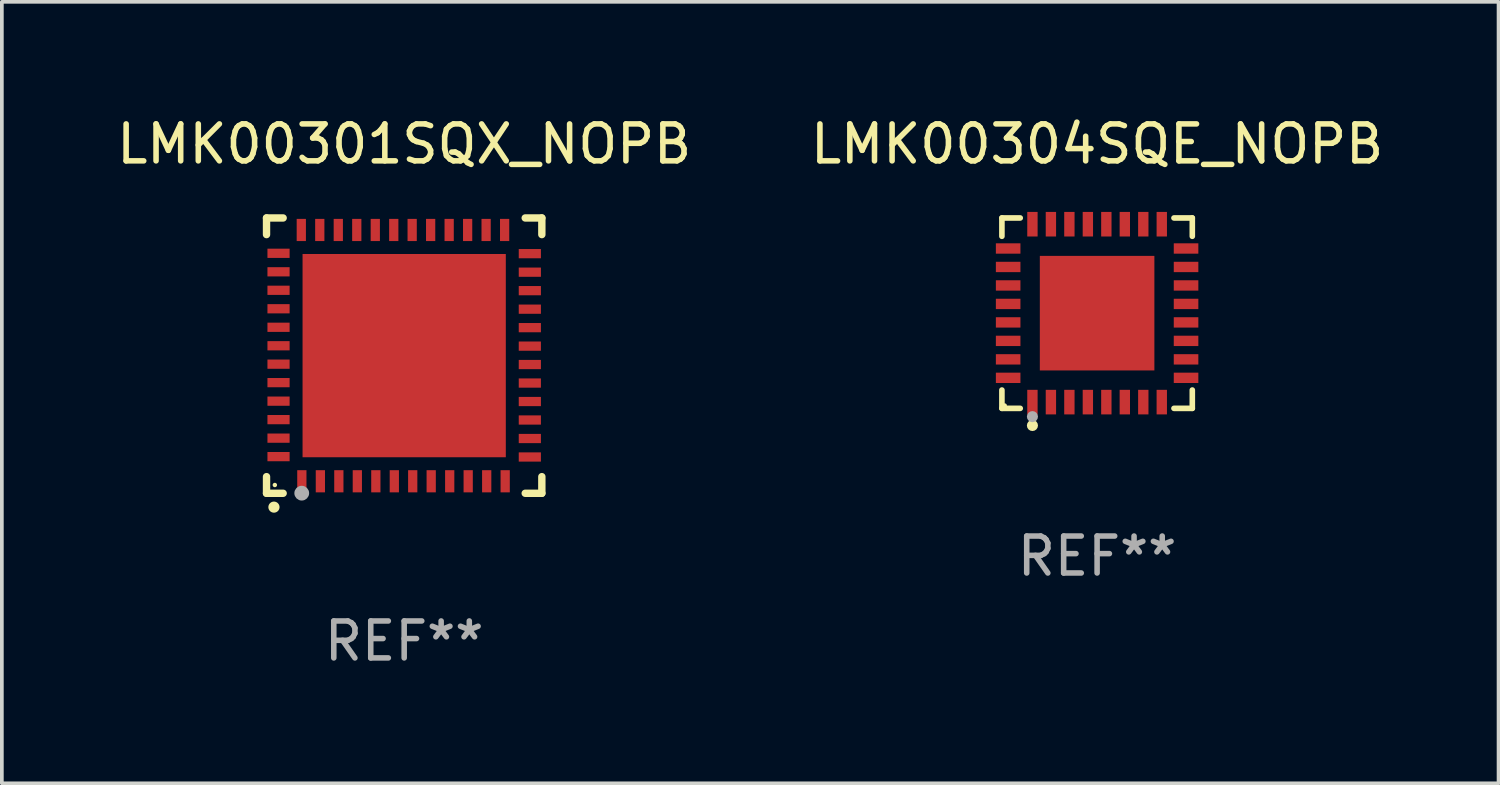
<source format=kicad_pcb>
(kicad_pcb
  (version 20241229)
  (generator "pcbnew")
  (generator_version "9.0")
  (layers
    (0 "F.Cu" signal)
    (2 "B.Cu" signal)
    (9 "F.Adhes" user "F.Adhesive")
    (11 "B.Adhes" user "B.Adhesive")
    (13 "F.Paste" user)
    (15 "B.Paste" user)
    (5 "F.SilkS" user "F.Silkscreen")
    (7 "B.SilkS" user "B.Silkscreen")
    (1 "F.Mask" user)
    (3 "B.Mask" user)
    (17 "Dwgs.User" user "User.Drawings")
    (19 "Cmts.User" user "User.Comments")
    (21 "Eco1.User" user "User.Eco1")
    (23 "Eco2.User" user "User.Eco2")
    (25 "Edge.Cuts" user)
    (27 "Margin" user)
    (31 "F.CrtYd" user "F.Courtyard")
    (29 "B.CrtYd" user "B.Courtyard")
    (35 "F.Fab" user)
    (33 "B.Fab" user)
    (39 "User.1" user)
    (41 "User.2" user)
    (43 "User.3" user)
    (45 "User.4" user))
  (footprint "LMK00301SQX_NOPB"
    (layer "F.Cu")
    (at 7.887 6.573)
    (property "Reference" "LMK00301SQX_NOPB" (at 0 -5.725 0) (layer "F.SilkS") (effects (font (size 1 1) (thickness 0.15))))
    (attr through_hole)
    (fp_line (start -3.725 -3.725) (end -3.275 -3.725) (stroke (width 0.2) (type solid)) (layer "F.SilkS"))
    (fp_line (start -3.725 -3.275) (end -3.725 -3.725) (stroke (width 0.2) (type solid)) (layer "F.SilkS"))
    (fp_line (start -3.725 3.725) (end -3.725 3.275) (stroke (width 0.2) (type solid)) (layer "F.SilkS"))
    (fp_line (start -3.275 3.725) (end -3.725 3.725) (stroke (width 0.2) (type solid)) (layer "F.SilkS"))
    (fp_line (start 3.275 3.725) (end 3.725 3.725) (stroke (width 0.2) (type solid)) (layer "F.SilkS"))
    (fp_line (start 3.725 -3.725) (end 3.275 -3.725) (stroke (width 0.2) (type solid)) (layer "F.SilkS"))
    (fp_line (start 3.725 -3.275) (end 3.725 -3.725) (stroke (width 0.2) (type solid)) (layer "F.SilkS"))
    (fp_line (start 3.725 3.725) (end 3.725 3.275) (stroke (width 0.2) (type solid)) (layer "F.SilkS"))
    (fp_arc (start -3.525527 4.099568) (mid -3.524257 4.099563) (end -3.522987 4.099568) (stroke (width 0.3) (type solid)) (layer "F.SilkS"))
    (fp_circle (center -3.5 3.501) (end -3.47 3.501) (stroke (width 0.06) (type solid)) (fill no) (layer "F.SilkS"))
    (fp_circle (center -2.772 3.722) (end -2.672 3.722) (stroke (width 0.2) (type solid)) (fill no) (layer "F.Fab"))
    (fp_text user "REF**" (at 0 7.725 0) (layer "F.Fab") (effects (font (size 1 1) (thickness 0.15))))
    (pad "1" smd rect (at -2.769 3.4 180) (size 0.25 0.6) (layers "F.Cu" "F.Mask" "F.Paste"))
    (pad "2" smd rect (at -2.268 3.4 180) (size 0.25 0.6) (layers "F.Cu" "F.Mask" "F.Paste"))
    (pad "3" smd rect (at -1.768 3.4 180) (size 0.25 0.6) (layers "F.Cu" "F.Mask" "F.Paste"))
    (pad "4" smd rect (at -1.268 3.4 180) (size 0.25 0.6) (layers "F.Cu" "F.Mask" "F.Paste"))
    (pad "5" smd rect (at -0.767 3.4 180) (size 0.25 0.6) (layers "F.Cu" "F.Mask" "F.Paste"))
    (pad "6" smd rect (at -0.267 3.4 180) (size 0.25 0.6) (layers "F.Cu" "F.Mask" "F.Paste"))
    (pad "7" smd rect (at 0.231 3.4 180) (size 0.25 0.6) (layers "F.Cu" "F.Mask" "F.Paste"))
    (pad "8" smd rect (at 0.731 3.4 180) (size 0.25 0.6) (layers "F.Cu" "F.Mask" "F.Paste"))
    (pad "9" smd rect (at 1.232 3.4 180) (size 0.25 0.6) (layers "F.Cu" "F.Mask" "F.Paste"))
    (pad "10" smd rect (at 1.732 3.4 180) (size 0.25 0.6) (layers "F.Cu" "F.Mask" "F.Paste"))
    (pad "11" smd rect (at 2.233 3.4 180) (size 0.25 0.6) (layers "F.Cu" "F.Mask" "F.Paste"))
    (pad "12" smd rect (at 2.733 3.4 180) (size 0.25 0.6) (layers "F.Cu" "F.Mask" "F.Paste"))
    (pad "13" smd rect (at 3.4 2.743 90) (size 0.25 0.6) (layers "F.Cu" "F.Mask" "F.Paste"))
    (pad "14" smd rect (at 3.4 2.243 90) (size 0.25 0.6) (layers "F.Cu" "F.Mask" "F.Paste"))
    (pad "15" smd rect (at 3.4 1.742 90) (size 0.25 0.6) (layers "F.Cu" "F.Mask" "F.Paste"))
    (pad "16" smd rect (at 3.4 1.242 90) (size 0.25 0.6) (layers "F.Cu" "F.Mask" "F.Paste"))
    (pad "17" smd rect (at 3.4 0.742 90) (size 0.25 0.6) (layers "F.Cu" "F.Mask" "F.Paste"))
    (pad "18" smd rect (at 3.4 0.241 90) (size 0.25 0.6) (layers "F.Cu" "F.Mask" "F.Paste"))
    (pad "19" smd rect (at 3.4 -0.257 90) (size 0.25 0.6) (layers "F.Cu" "F.Mask" "F.Paste"))
    (pad "20" smd rect (at 3.4 -0.757 90) (size 0.25 0.6) (layers "F.Cu" "F.Mask" "F.Paste"))
    (pad "21" smd rect (at 3.4 -1.257 90) (size 0.25 0.6) (layers "F.Cu" "F.Mask" "F.Paste"))
    (pad "22" smd rect (at 3.4 -1.758 90) (size 0.25 0.6) (layers "F.Cu" "F.Mask" "F.Paste"))
    (pad "23" smd rect (at 3.4 -2.258 90) (size 0.25 0.6) (layers "F.Cu" "F.Mask" "F.Paste"))
    (pad "24" smd rect (at 3.4 -2.759 90) (size 0.25 0.6) (layers "F.Cu" "F.Mask" "F.Paste"))
    (pad "25" smd rect (at 2.718 -3.4 180) (size 0.25 0.6) (layers "F.Cu" "F.Mask" "F.Paste"))
    (pad "26" smd rect (at 2.217 -3.4 180) (size 0.25 0.6) (layers "F.Cu" "F.Mask" "F.Paste"))
    (pad "27" smd rect (at 1.717 -3.4 180) (size 0.25 0.6) (layers "F.Cu" "F.Mask" "F.Paste"))
    (pad "28" smd rect (at 1.217 -3.4 180) (size 0.25 0.6) (layers "F.Cu" "F.Mask" "F.Paste"))
    (pad "29" smd rect (at 0.716 -3.4 180) (size 0.25 0.6) (layers "F.Cu" "F.Mask" "F.Paste"))
    (pad "30" smd rect (at 0.216 -3.4 180) (size 0.25 0.6) (layers "F.Cu" "F.Mask" "F.Paste"))
    (pad "31" smd rect (at -0.282 -3.4 180) (size 0.25 0.6) (layers "F.Cu" "F.Mask" "F.Paste"))
    (pad "32" smd rect (at -0.782 -3.4 180) (size 0.25 0.6) (layers "F.Cu" "F.Mask" "F.Paste"))
    (pad "33" smd rect (at -1.283 -3.4 180) (size 0.25 0.6) (layers "F.Cu" "F.Mask" "F.Paste"))
    (pad "34" smd rect (at -1.783 -3.4 180) (size 0.25 0.6) (layers "F.Cu" "F.Mask" "F.Paste"))
    (pad "35" smd rect (at -2.284 -3.4 180) (size 0.25 0.6) (layers "F.Cu" "F.Mask" "F.Paste"))
    (pad "36" smd rect (at -2.784 -3.4 180) (size 0.25 0.6) (layers "F.Cu" "F.Mask" "F.Paste"))
    (pad "37" smd rect (at -3.4 -2.769 90) (size 0.25 0.6) (layers "F.Cu" "F.Mask" "F.Paste"))
    (pad "38" smd rect (at -3.4 -2.268 90) (size 0.25 0.6) (layers "F.Cu" "F.Mask" "F.Paste"))
    (pad "39" smd rect (at -3.4 -1.768 90) (size 0.25 0.6) (layers "F.Cu" "F.Mask" "F.Paste"))
    (pad "40" smd rect (at -3.4 -1.268 90) (size 0.25 0.6) (layers "F.Cu" "F.Mask" "F.Paste"))
    (pad "41" smd rect (at -3.4 -0.767 90) (size 0.25 0.6) (layers "F.Cu" "F.Mask" "F.Paste"))
    (pad "42" smd rect (at -3.4 -0.267 90) (size 0.25 0.6) (layers "F.Cu" "F.Mask" "F.Paste"))
    (pad "43" smd rect (at -3.4 0.231 90) (size 0.25 0.6) (layers "F.Cu" "F.Mask" "F.Paste"))
    (pad "44" smd rect (at -3.4 0.731 90) (size 0.25 0.6) (layers "F.Cu" "F.Mask" "F.Paste"))
    (pad "45" smd rect (at -3.4 1.232 90) (size 0.25 0.6) (layers "F.Cu" "F.Mask" "F.Paste"))
    (pad "46" smd rect (at -3.4 1.732 90) (size 0.25 0.6) (layers "F.Cu" "F.Mask" "F.Paste"))
    (pad "47" smd rect (at -3.4 2.233 90) (size 0.25 0.6) (layers "F.Cu" "F.Mask" "F.Paste"))
    (pad "48" smd rect (at -3.4 2.733 90) (size 0.25 0.6) (layers "F.Cu" "F.Mask" "F.Paste"))
    (pad "49" smd rect (at -0.000076 -0.000076 90) (size 5.5 5.5) (layers "F.Cu" "F.Mask" "F.Paste")))
  (footprint "LMK00304SQE_NOPB"
    (layer "F.Cu")
    (at 26.637 5.424)
    (property "Reference" "LMK00304SQE_NOPB" (at 0 -4.576 0) (layer "F.SilkS") (effects (font (size 1 1) (thickness 0.15))))
    (attr through_hole)
    (fp_line (start -2.576 -2.576) (end -2.08 -2.576) (stroke (width 0.152) (type solid)) (layer "F.SilkS"))
    (fp_line (start -2.576 -2.08) (end -2.576 -2.576) (stroke (width 0.152) (type solid)) (layer "F.SilkS"))
    (fp_line (start -2.576 2.08) (end -2.576 2.576) (stroke (width 0.152) (type solid)) (layer "F.SilkS"))
    (fp_line (start -2.576 2.576) (end -2.08 2.576) (stroke (width 0.152) (type solid)) (layer "F.SilkS"))
    (fp_line (start 2.576 -2.576) (end 2.08 -2.576) (stroke (width 0.152) (type solid)) (layer "F.SilkS"))
    (fp_line (start 2.576 -2.08) (end 2.576 -2.576) (stroke (width 0.152) (type solid)) (layer "F.SilkS"))
    (fp_line (start 2.576 2.08) (end 2.576 2.576) (stroke (width 0.152) (type solid)) (layer "F.SilkS"))
    (fp_line (start 2.576 2.576) (end 2.08 2.576) (stroke (width 0.152) (type solid)) (layer "F.SilkS"))
    (fp_circle (center -2.5 2.5) (end -2.47 2.5) (stroke (width 0.06) (type solid)) (fill no) (layer "F.SilkS"))
    (fp_circle (center -1.75 3.04) (end -1.675 3.04) (stroke (width 0.15) (type solid)) (fill no) (layer "F.SilkS"))
    (fp_circle (center -1.75 2.8) (end -1.675 2.8) (stroke (width 0.15) (type solid)) (fill no) (layer "F.Fab"))
    (fp_text user "REF**" (at 0 6.576 0) (layer "F.Fab") (effects (font (size 1 1) (thickness 0.15))))
    (pad "1" smd rect (at -1.75 2.407) (size 0.28 0.665) (layers "F.Cu" "F.Mask" "F.Paste"))
    (pad "2" smd rect (at -1.25 2.407) (size 0.28 0.665) (layers "F.Cu" "F.Mask" "F.Paste"))
    (pad "3" smd rect (at -0.75 2.407) (size 0.28 0.665) (layers "F.Cu" "F.Mask" "F.Paste"))
    (pad "4" smd rect (at -0.25 2.407) (size 0.28 0.665) (layers "F.Cu" "F.Mask" "F.Paste"))
    (pad "5" smd rect (at 0.25 2.407) (size 0.28 0.665) (layers "F.Cu" "F.Mask" "F.Paste"))
    (pad "6" smd rect (at 0.75 2.407) (size 0.28 0.665) (layers "F.Cu" "F.Mask" "F.Paste"))
    (pad "7" smd rect (at 1.25 2.407) (size 0.28 0.665) (layers "F.Cu" "F.Mask" "F.Paste"))
    (pad "8" smd rect (at 1.75 2.407) (size 0.28 0.665) (layers "F.Cu" "F.Mask" "F.Paste"))
    (pad "9" smd rect (at 2.407 1.75) (size 0.665 0.28) (layers "F.Cu" "F.Mask" "F.Paste"))
    (pad "10" smd rect (at 2.407 1.25) (size 0.665 0.28) (layers "F.Cu" "F.Mask" "F.Paste"))
    (pad "11" smd rect (at 2.407 0.75) (size 0.665 0.28) (layers "F.Cu" "F.Mask" "F.Paste"))
    (pad "12" smd rect (at 2.407 0.25) (size 0.665 0.28) (layers "F.Cu" "F.Mask" "F.Paste"))
    (pad "13" smd rect (at 2.407 -0.25) (size 0.665 0.28) (layers "F.Cu" "F.Mask" "F.Paste"))
    (pad "14" smd rect (at 2.407 -0.75) (size 0.665 0.28) (layers "F.Cu" "F.Mask" "F.Paste"))
    (pad "15" smd rect (at 2.407 -1.25) (size 0.665 0.28) (layers "F.Cu" "F.Mask" "F.Paste"))
    (pad "16" smd rect (at 2.407 -1.75) (size 0.665 0.28) (layers "F.Cu" "F.Mask" "F.Paste"))
    (pad "17" smd rect (at 1.75 -2.407) (size 0.28 0.665) (layers "F.Cu" "F.Mask" "F.Paste"))
    (pad "18" smd rect (at 1.25 -2.407) (size 0.28 0.665) (layers "F.Cu" "F.Mask" "F.Paste"))
    (pad "19" smd rect (at 0.75 -2.407) (size 0.28 0.665) (layers "F.Cu" "F.Mask" "F.Paste"))
    (pad "20" smd rect (at 0.25 -2.407) (size 0.28 0.665) (layers "F.Cu" "F.Mask" "F.Paste"))
    (pad "21" smd rect (at -0.25 -2.407) (size 0.28 0.665) (layers "F.Cu" "F.Mask" "F.Paste"))
    (pad "22" smd rect (at -0.75 -2.407) (size 0.28 0.665) (layers "F.Cu" "F.Mask" "F.Paste"))
    (pad "23" smd rect (at -1.25 -2.407) (size 0.28 0.665) (layers "F.Cu" "F.Mask" "F.Paste"))
    (pad "24" smd rect (at -1.75 -2.407) (size 0.28 0.665) (layers "F.Cu" "F.Mask" "F.Paste"))
    (pad "25" smd rect (at -2.407 -1.75) (size 0.665 0.28) (layers "F.Cu" "F.Mask" "F.Paste"))
    (pad "26" smd rect (at -2.407 -1.25) (size 0.665 0.28) (layers "F.Cu" "F.Mask" "F.Paste"))
    (pad "27" smd rect (at -2.407 -0.75) (size 0.665 0.28) (layers "F.Cu" "F.Mask" "F.Paste"))
    (pad "28" smd rect (at -2.407 -0.25) (size 0.665 0.28) (layers "F.Cu" "F.Mask" "F.Paste"))
    (pad "29" smd rect (at -2.407 0.25) (size 0.665 0.28) (layers "F.Cu" "F.Mask" "F.Paste"))
    (pad "30" smd rect (at -2.407 0.75) (size 0.665 0.28) (layers "F.Cu" "F.Mask" "F.Paste"))
    (pad "31" smd rect (at -2.407 1.25) (size 0.665 0.28) (layers "F.Cu" "F.Mask" "F.Paste"))
    (pad "32" smd rect (at -2.407 1.75) (size 0.665 0.28) (layers "F.Cu" "F.Mask" "F.Paste"))
    (pad "33" smd rect (at 0 0) (size 3.1 3.1) (layers "F.Cu" "F.Mask" "F.Paste")))
  (gr_rect
    (start -3 -3)
    (end 37.5 18.146)
    (stroke (width 0.1) (type default))
    (fill no)
    (layer "Edge.Cuts")))
</source>
